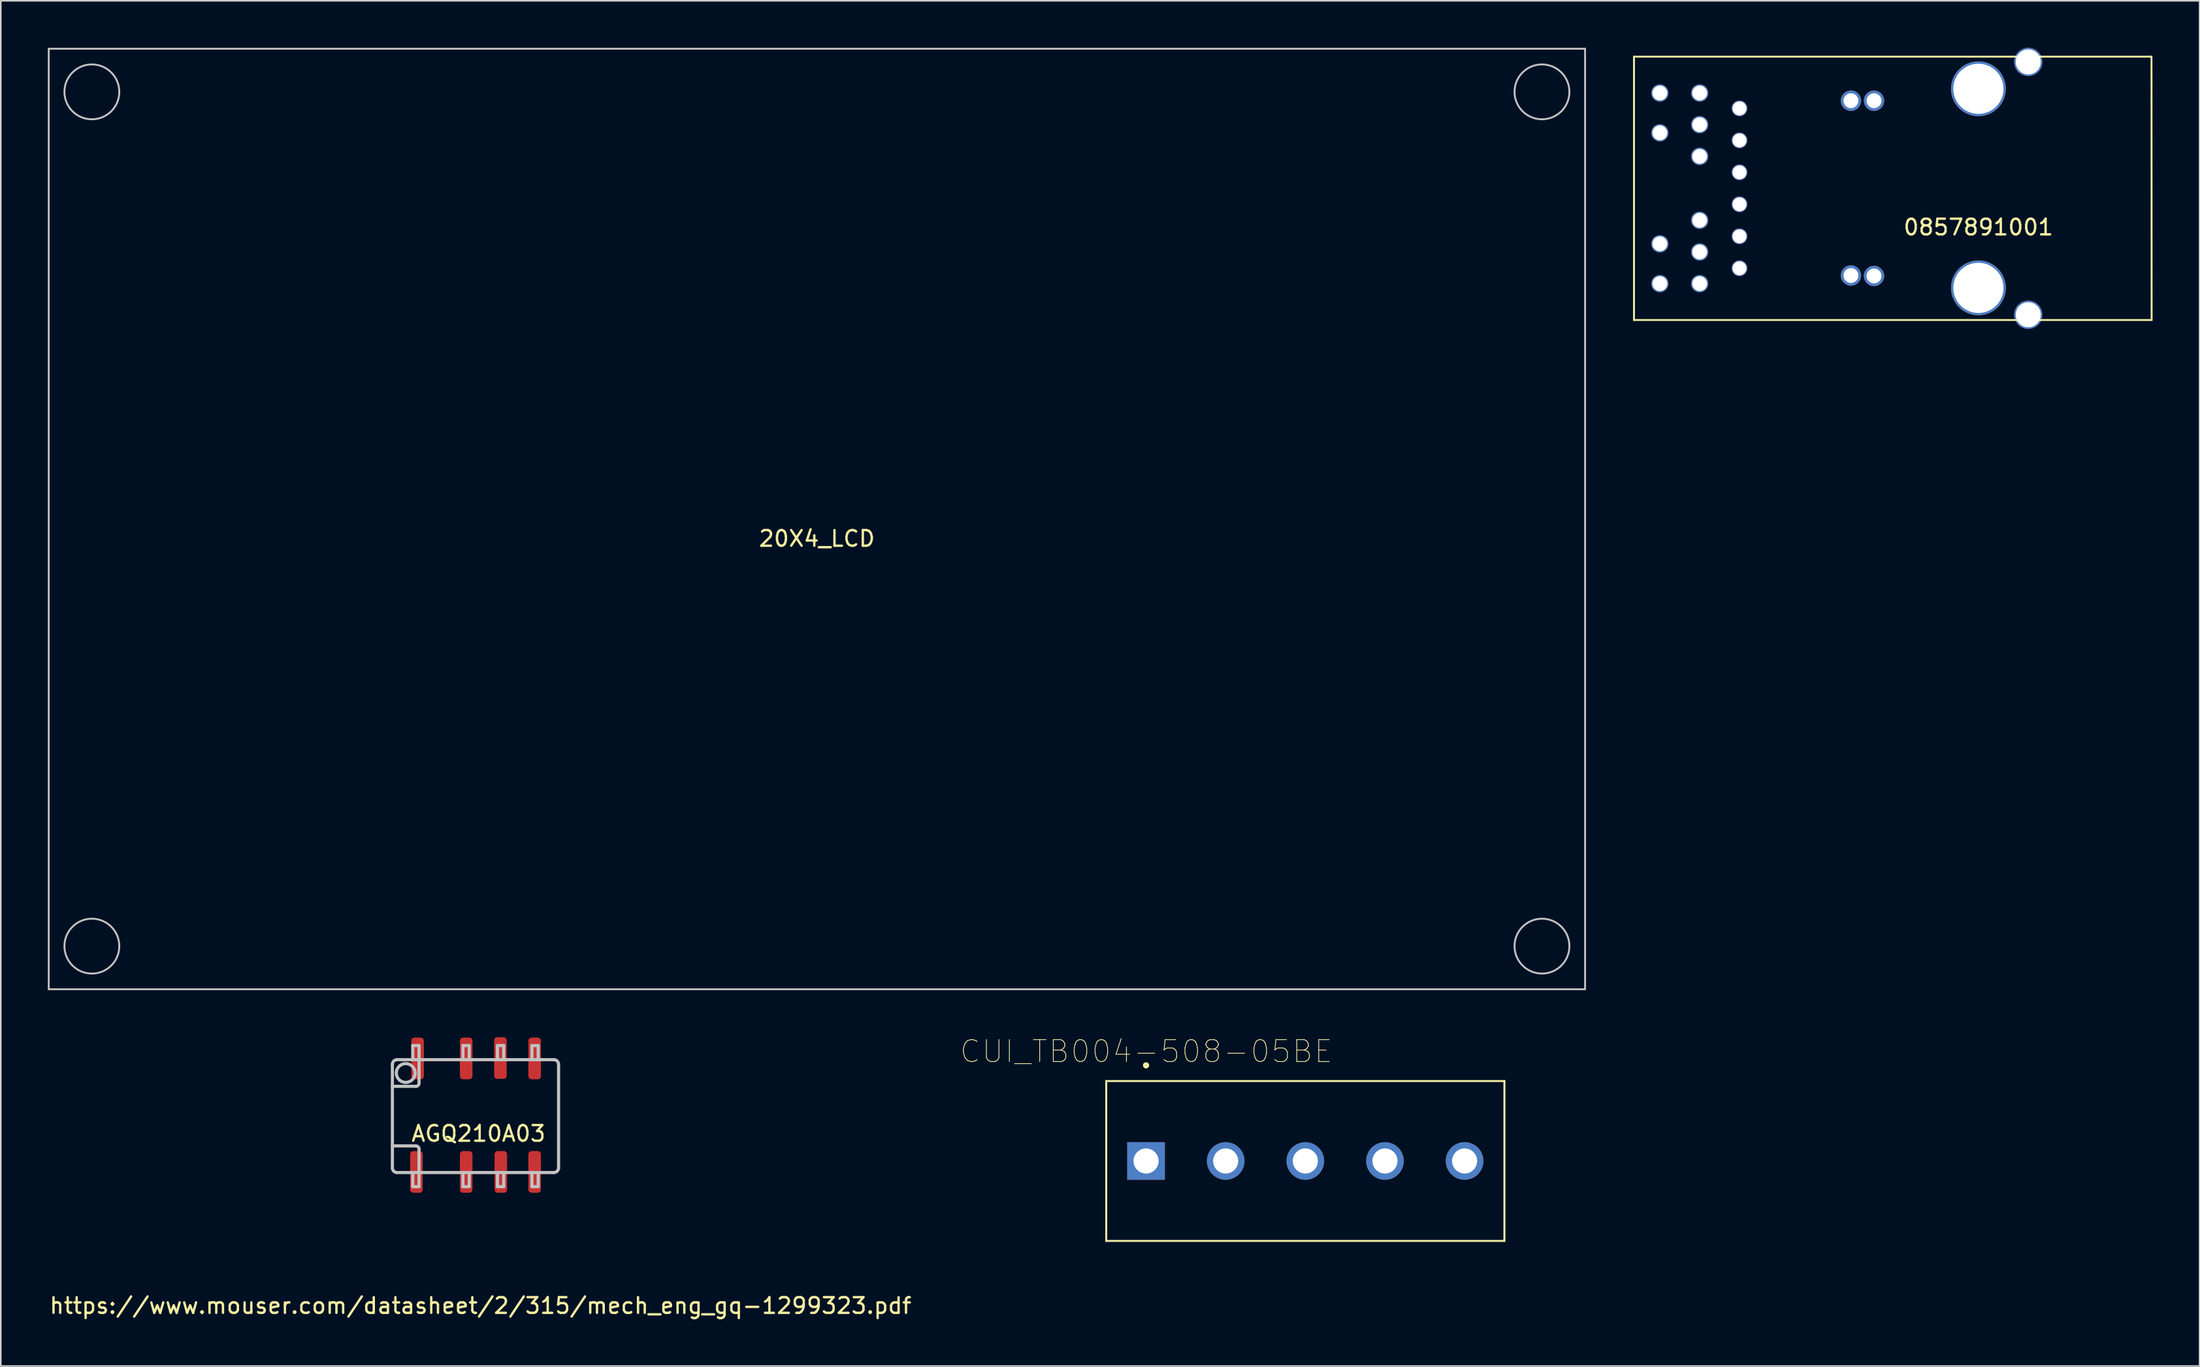
<source format=kicad_pcb>
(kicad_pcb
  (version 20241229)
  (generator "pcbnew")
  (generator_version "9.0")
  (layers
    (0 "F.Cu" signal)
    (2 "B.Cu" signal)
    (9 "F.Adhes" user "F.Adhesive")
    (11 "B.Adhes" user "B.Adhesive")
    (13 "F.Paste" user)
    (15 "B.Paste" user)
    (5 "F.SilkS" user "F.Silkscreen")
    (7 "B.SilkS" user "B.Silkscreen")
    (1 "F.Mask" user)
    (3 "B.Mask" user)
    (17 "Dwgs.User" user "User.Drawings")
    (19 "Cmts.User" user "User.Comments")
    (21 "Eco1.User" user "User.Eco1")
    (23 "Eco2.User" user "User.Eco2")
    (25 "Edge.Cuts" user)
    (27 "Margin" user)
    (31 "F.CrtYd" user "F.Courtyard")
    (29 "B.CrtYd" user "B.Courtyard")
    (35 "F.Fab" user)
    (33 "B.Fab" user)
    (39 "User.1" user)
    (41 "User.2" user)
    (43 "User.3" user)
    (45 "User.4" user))
  (footprint "CUI_TB004-508-05BE"
    (layer "F.Cu")
    (at 70.055 71.016)
    (property "Reference" "CUI_TB004-508-05BE" (at 0.016 -6.989 0) (layer "F.SilkS") (effects (font (size 1.4 1.4) (thickness 0.05))))
    (attr through_hole)
    (fp_line (start -2.54 -5.1) (end 22.86 -5.1) (stroke (width 0.127) (type solid)) (layer "F.SilkS"))
    (fp_line (start -2.54 5.1) (end -2.54 -5.1) (stroke (width 0.127) (type solid)) (layer "F.SilkS"))
    (fp_line (start 22.86 -5.1) (end 22.86 5.1) (stroke (width 0.127) (type solid)) (layer "F.SilkS"))
    (fp_line (start 22.86 5.1) (end -2.54 5.1) (stroke (width 0.127) (type solid)) (layer "F.SilkS"))
    (fp_circle (center 0 -6.1) (end 0.1 -6.1) (stroke (width 0.2) (type solid)) (fill no) (layer "F.SilkS"))
    (fp_line (start -2.79 -5.35) (end 23.11 -5.35) (stroke (width 0.05) (type solid)) (layer "Eco1.User"))
    (fp_line (start -2.79 5.35) (end -2.79 -5.35) (stroke (width 0.05) (type solid)) (layer "Eco1.User"))
    (fp_line (start 23.11 -5.35) (end 23.11 5.35) (stroke (width 0.05) (type solid)) (layer "Eco1.User"))
    (fp_line (start 23.11 5.35) (end -2.79 5.35) (stroke (width 0.05) (type solid)) (layer "Eco1.User"))
    (fp_line (start -2.54 -5.1) (end 22.86 -5.1) (stroke (width 0.127) (type solid)) (layer "Eco2.User"))
    (fp_line (start -2.54 5.1) (end -2.54 -5.1) (stroke (width 0.127) (type solid)) (layer "Eco2.User"))
    (fp_line (start 22.86 -5.1) (end 22.86 5.1) (stroke (width 0.127) (type solid)) (layer "Eco2.User"))
    (fp_line (start 22.86 5.1) (end -2.54 5.1) (stroke (width 0.127) (type solid)) (layer "Eco2.User"))
    (fp_circle (center 0 -6.1) (end 0.1 -6.1) (stroke (width 0.2) (type solid)) (fill no) (layer "Eco2.User"))
    (pad "1" thru_hole rect (at 0 0) (size 2.4 2.4) (drill 1.6) (layers "*.Cu" "*.Mask"))
    (pad "2" thru_hole circle (at 5.08 0) (size 2.4 2.4) (drill 1.6) (layers "*.Cu" "*.Mask"))
    (pad "3" thru_hole circle (at 10.16 0) (size 2.4 2.4) (drill 1.6) (layers "*.Cu" "*.Mask"))
    (pad "4" thru_hole circle (at 15.24 0) (size 2.4 2.4) (drill 1.6) (layers "*.Cu" "*.Mask"))
    (pad "5" thru_hole circle (at 20.32 0) (size 2.4 2.4) (drill 1.6) (layers "*.Cu" "*.Mask")))
  (footprint "0857891001"
    (layer "F.Cu")
    (at 123.15 8.965)
    (property "Reference" "0857891001" (at 0 2.48 0) (layer "F.SilkS") (effects (font (size 1 1) (thickness 0.15))))
    (attr through_hole)
    (fp_line (start -21.97 8.4) (end -21.97 -8.4) (stroke (width 0.12) (type solid)) (layer "F.SilkS"))
    (fp_line (start -21.97 8.4) (end 11.05 8.4) (stroke (width 0.12) (type solid)) (layer "F.SilkS"))
    (fp_line (start 11.04 -8.4) (end -21.97 -8.4) (stroke (width 0.12) (type solid)) (layer "F.SilkS"))
    (fp_line (start 11.05 8.4) (end 11.04 -8.4) (stroke (width 0.12) (type solid)) (layer "F.SilkS"))
    (pad "1" thru_hole circle (at -15.24 -5.1) (size 1 1) (drill 0.89) (layers "*.Cu" "*.Mask"))
    (pad "2" thru_hole circle (at -15.24 -3.06) (size 1 1) (drill 0.89) (layers "*.Cu" "*.Mask"))
    (pad "3" thru_hole circle (at -15.24 -1.02) (size 1 1) (drill 0.89) (layers "*.Cu" "*.Mask"))
    (pad "4" thru_hole circle (at -15.24 1.02) (size 1 1) (drill 0.89) (layers "*.Cu" "*.Mask"))
    (pad "5" thru_hole circle (at -15.24 3.06) (size 1 1) (drill 0.89) (layers "*.Cu" "*.Mask"))
    (pad "6" thru_hole circle (at -15.24 5.1) (size 1 1) (drill 0.89) (layers "*.Cu" "*.Mask"))
    (pad "7" thru_hole circle (at -17.78 -6.08) (size 1.1 1.1) (drill 0.95) (layers "*.Cu" "*.Mask"))
    (pad "8" thru_hole circle (at -17.78 -4.06) (size 1.1 1.1) (drill 0.95) (layers "*.Cu" "*.Mask"))
    (pad "9" thru_hole circle (at -17.78 -2.04) (size 1.1 1.1) (drill 0.95) (layers "*.Cu" "*.Mask"))
    (pad "10" thru_hole circle (at -17.78 2.04) (size 1.1 1.1) (drill 0.95) (layers "*.Cu" "*.Mask"))
    (pad "11" thru_hole circle (at -17.78 4.06) (size 1.1 1.1) (drill 0.95) (layers "*.Cu" "*.Mask"))
    (pad "12" thru_hole circle (at -17.78 6.08) (size 1.1 1.1) (drill 0.95) (layers "*.Cu" "*.Mask"))
    (pad "13" thru_hole circle (at -20.32 -6.08) (size 1.1 1.1) (drill 0.95) (layers "*.Cu" "*.Mask"))
    (pad "14" thru_hole circle (at -20.32 -3.54) (size 1.1 1.1) (drill 0.95) (layers "*.Cu" "*.Mask"))
    (pad "15" thru_hole circle (at -20.32 3.54) (size 1.1 1.1) (drill 0.95) (layers "*.Cu" "*.Mask"))
    (pad "16" thru_hole circle (at -20.32 6.08) (size 1.1 1.1) (drill 0.95) (layers "*.Cu" "*.Mask"))
    (pad "17" thru_hole circle (at -8.13 -5.59) (size 1.3 1.3) (drill 0.95) (layers "*.Cu" "*.Mask"))
    (pad "18" thru_hole circle (at -8.13 5.56) (size 1.3 1.3) (drill 0.95) (layers "*.Cu" "*.Mask"))
    (pad "19" thru_hole circle (at -6.66 -5.59) (size 1.3 1.3) (drill 0.95) (layers "*.Cu" "*.Mask"))
    (pad "20" thru_hole circle (at -6.66 5.59) (size 1.3 1.3) (drill 0.95) (layers "*.Cu" "*.Mask"))
    (pad "21" thru_hole circle (at 0 -6.35) (size 3.5 3.5) (drill 3.2) (layers "*.Cu" "*.Mask"))
    (pad "22" thru_hole circle (at 0 6.35) (size 3.5 3.5) (drill 3.2) (layers "*.Cu" "*.Mask"))
    (pad "23" thru_hole circle (at 3.18 -8.065) (size 1.8 1.8) (drill 1.6) (layers "*.Cu" "*.Mask"))
    (pad "24" thru_hole circle (at 3.18 8.065) (size 1.8 1.8) (drill 1.6) (layers "*.Cu" "*.Mask")))
  (footprint "AGQ210A03"
    (layer "F.Cu")
    (at 27.474 68.768)
    (property "Reference" "AGQ210A03" (at 0 0.5 0) (layer "F.SilkS") (effects (font (size 1 1) (thickness 0.15))))
    (attr through_hole)
    (fp_line (start -5.494 -3.914) (end -5.494 2.686) (stroke (width 0.2) (type solid)) (layer "Dwgs.User"))
    (fp_line (start -5.494 -2.514) (end -3.994 -2.514) (stroke (width 0.2) (type solid)) (layer "Dwgs.User"))
    (fp_line (start -5.494 1.286) (end -3.994 1.286) (stroke (width 0.2) (type solid)) (layer "Dwgs.User"))
    (fp_line (start -5.194 -4.214) (end 4.806 -4.214) (stroke (width 0.2) (type solid)) (layer "Dwgs.User"))
    (fp_line (start -5.194 2.986) (end 4.806 2.986) (stroke (width 0.2) (type solid)) (layer "Dwgs.User"))
    (fp_line (start -4.193 -5.115) (end -4.193 -4.215) (stroke (width 0.2) (type solid)) (layer "Dwgs.User"))
    (fp_line (start -4.193 -5.115) (end -3.793 -5.115) (stroke (width 0.2) (type solid)) (layer "Dwgs.User"))
    (fp_line (start -4.193 2.985) (end -4.193 3.885) (stroke (width 0.2) (type solid)) (layer "Dwgs.User"))
    (fp_line (start -4.193 3.885) (end -3.793 3.885) (stroke (width 0.2) (type solid)) (layer "Dwgs.User"))
    (fp_line (start -3.794 -4.214) (end -3.794 -2.714) (stroke (width 0.2) (type solid)) (layer "Dwgs.User"))
    (fp_line (start -3.794 1.486) (end -3.794 2.986) (stroke (width 0.2) (type solid)) (layer "Dwgs.User"))
    (fp_line (start -3.793 -5.115) (end -3.793 -4.215) (stroke (width 0.2) (type solid)) (layer "Dwgs.User"))
    (fp_line (start -3.793 2.985) (end -3.793 3.885) (stroke (width 0.2) (type solid)) (layer "Dwgs.User"))
    (fp_line (start -0.993 -5.115) (end -0.993 -4.215) (stroke (width 0.2) (type solid)) (layer "Dwgs.User"))
    (fp_line (start -0.993 -5.115) (end -0.593 -5.115) (stroke (width 0.2) (type solid)) (layer "Dwgs.User"))
    (fp_line (start -0.993 2.985) (end -0.993 3.885) (stroke (width 0.2) (type solid)) (layer "Dwgs.User"))
    (fp_line (start -0.993 3.885) (end -0.593 3.885) (stroke (width 0.2) (type solid)) (layer "Dwgs.User"))
    (fp_line (start -0.593 -5.115) (end -0.593 -4.215) (stroke (width 0.2) (type solid)) (layer "Dwgs.User"))
    (fp_line (start -0.593 2.985) (end -0.593 3.885) (stroke (width 0.2) (type solid)) (layer "Dwgs.User"))
    (fp_line (start 1.207 -5.115) (end 1.207 -4.215) (stroke (width 0.2) (type solid)) (layer "Dwgs.User"))
    (fp_line (start 1.207 -5.115) (end 1.607 -5.115) (stroke (width 0.2) (type solid)) (layer "Dwgs.User"))
    (fp_line (start 1.207 2.985) (end 1.207 3.885) (stroke (width 0.2) (type solid)) (layer "Dwgs.User"))
    (fp_line (start 1.207 3.885) (end 1.607 3.885) (stroke (width 0.2) (type solid)) (layer "Dwgs.User"))
    (fp_line (start 1.607 -5.115) (end 1.607 -4.215) (stroke (width 0.2) (type solid)) (layer "Dwgs.User"))
    (fp_line (start 1.607 2.985) (end 1.607 3.885) (stroke (width 0.2) (type solid)) (layer "Dwgs.User"))
    (fp_line (start 3.407 -5.115) (end 3.407 -4.215) (stroke (width 0.2) (type solid)) (layer "Dwgs.User"))
    (fp_line (start 3.407 -5.115) (end 3.807 -5.115) (stroke (width 0.2) (type solid)) (layer "Dwgs.User"))
    (fp_line (start 3.407 2.985) (end 3.407 3.885) (stroke (width 0.2) (type solid)) (layer "Dwgs.User"))
    (fp_line (start 3.407 3.885) (end 3.807 3.885) (stroke (width 0.2) (type solid)) (layer "Dwgs.User"))
    (fp_line (start 3.807 -5.115) (end 3.807 -4.215) (stroke (width 0.2) (type solid)) (layer "Dwgs.User"))
    (fp_line (start 3.807 2.985) (end 3.807 3.885) (stroke (width 0.2) (type solid)) (layer "Dwgs.User"))
    (fp_line (start 5.106 2.686) (end 5.106 -3.914) (stroke (width 0.2) (type solid)) (layer "Dwgs.User"))
    (fp_arc (start -5.494364 -3.913896) (mid -5.406497 -4.126028) (end -5.194365 -4.213897) (stroke (width 0.2) (type solid)) (layer "Dwgs.User"))
    (fp_arc (start -5.194364 2.986104) (mid -5.406496 2.898236) (end -5.494364 2.686104) (stroke (width 0.2) (type solid)) (layer "Dwgs.User"))
    (fp_arc (start -3.994363 1.286103) (mid -3.852942 1.344682) (end -3.794364 1.486104) (stroke (width 0.2) (type solid)) (layer "Dwgs.User"))
    (fp_arc (start -3.794364 -2.713896) (mid -3.852943 -2.572475) (end -3.994365 -2.513897) (stroke (width 0.2) (type solid)) (layer "Dwgs.User"))
    (fp_arc (start 4.805635 -4.213896) (mid 5.017766 -4.126028) (end 5.105633 -3.913896) (stroke (width 0.2) (type solid)) (layer "Dwgs.User"))
    (fp_arc (start 5.105634 2.686105) (mid 5.017765 2.898237) (end 4.805633 2.986104) (stroke (width 0.2) (type solid)) (layer "Dwgs.User"))
    (fp_circle (center -4.644 -3.364) (end -4.044 -3.364) (stroke (width 0.2) (type solid)) (fill no) (layer "Dwgs.User"))
    (fp_text user "https://www.mouser.com/datasheet/2/315/mech_eng_gq-1299323.pdf" (at 0.127 11.481 0) (layer "F.SilkS") (effects (font (size 1 1) (thickness 0.15))))
    (pad "1" smd roundrect (at -3.962 2.946) (size 0.8 2.66) (layers "F.Cu" "F.Mask" "F.Paste") (roundrect_rratio 0.25))
    (pad "2" smd roundrect (at -0.787 2.946) (size 0.8 2.66) (layers "F.Cu" "F.Mask" "F.Paste") (roundrect_rratio 0.25))
    (pad "3" smd roundrect (at 1.422 2.946) (size 0.8 2.66) (layers "F.Cu" "F.Mask" "F.Paste") (roundrect_rratio 0.25))
    (pad "4" smd roundrect (at 3.581 2.946) (size 0.8 2.66) (layers "F.Cu" "F.Mask" "F.Paste") (roundrect_rratio 0.25))
    (pad "5" smd roundrect (at 3.581 -4.293) (size 0.8 2.66) (layers "F.Cu" "F.Mask" "F.Paste") (roundrect_rratio 0.25))
    (pad "6" smd roundrect (at 1.397 -4.318) (size 0.8 2.66) (layers "F.Cu" "F.Mask" "F.Paste") (roundrect_rratio 0.25))
    (pad "7" smd roundrect (at -0.787 -4.293) (size 0.8 2.66) (layers "F.Cu" "F.Mask" "F.Paste") (roundrect_rratio 0.25))
    (pad "8" smd roundrect (at -3.886 -4.293) (size 0.8 2.66) (layers "F.Cu" "F.Mask" "F.Paste") (roundrect_rratio 0.25)))
  (footprint "20X4_LCD"
    (layer "F.Cu")
    (at 49.06 30.06)
    (property "Reference" "20X4_LCD" (at 0 1.25 0) (layer "F.SilkS") (effects (font (size 1 1) (thickness 0.15))))
    (attr through_hole)
    (fp_line (start -49 -30) (end -49 30) (stroke (width 0.12) (type solid)) (layer "Dwgs.User"))
    (fp_line (start -49 30) (end 49 30) (stroke (width 0.12) (type solid)) (layer "Dwgs.User"))
    (fp_line (start 49 -30) (end -49 -30) (stroke (width 0.12) (type solid)) (layer "Dwgs.User"))
    (fp_line (start 49 30) (end 49 -30) (stroke (width 0.12) (type solid)) (layer "Dwgs.User"))
    (fp_circle (center -46.25 -27.25) (end -48 -27.25) (stroke (width 0.12) (type solid)) (fill no) (layer "Dwgs.User"))
    (fp_circle (center -46.25 27.25) (end -48 27.25) (stroke (width 0.12) (type solid)) (fill no) (layer "Dwgs.User"))
    (fp_circle (center 46.25 -27.25) (end 44.5 -27.25) (stroke (width 0.12) (type solid)) (fill no) (layer "Dwgs.User"))
    (fp_circle (center 46.25 27.25) (end 44.5 27.25) (stroke (width 0.12) (type solid)) (fill no) (layer "Dwgs.User")))
  (gr_rect
    (start -3 -3)
    (end 137.26 84.097)
    (stroke (width 0.1) (type default))
    (fill no)
    (layer "Edge.Cuts")))
</source>
